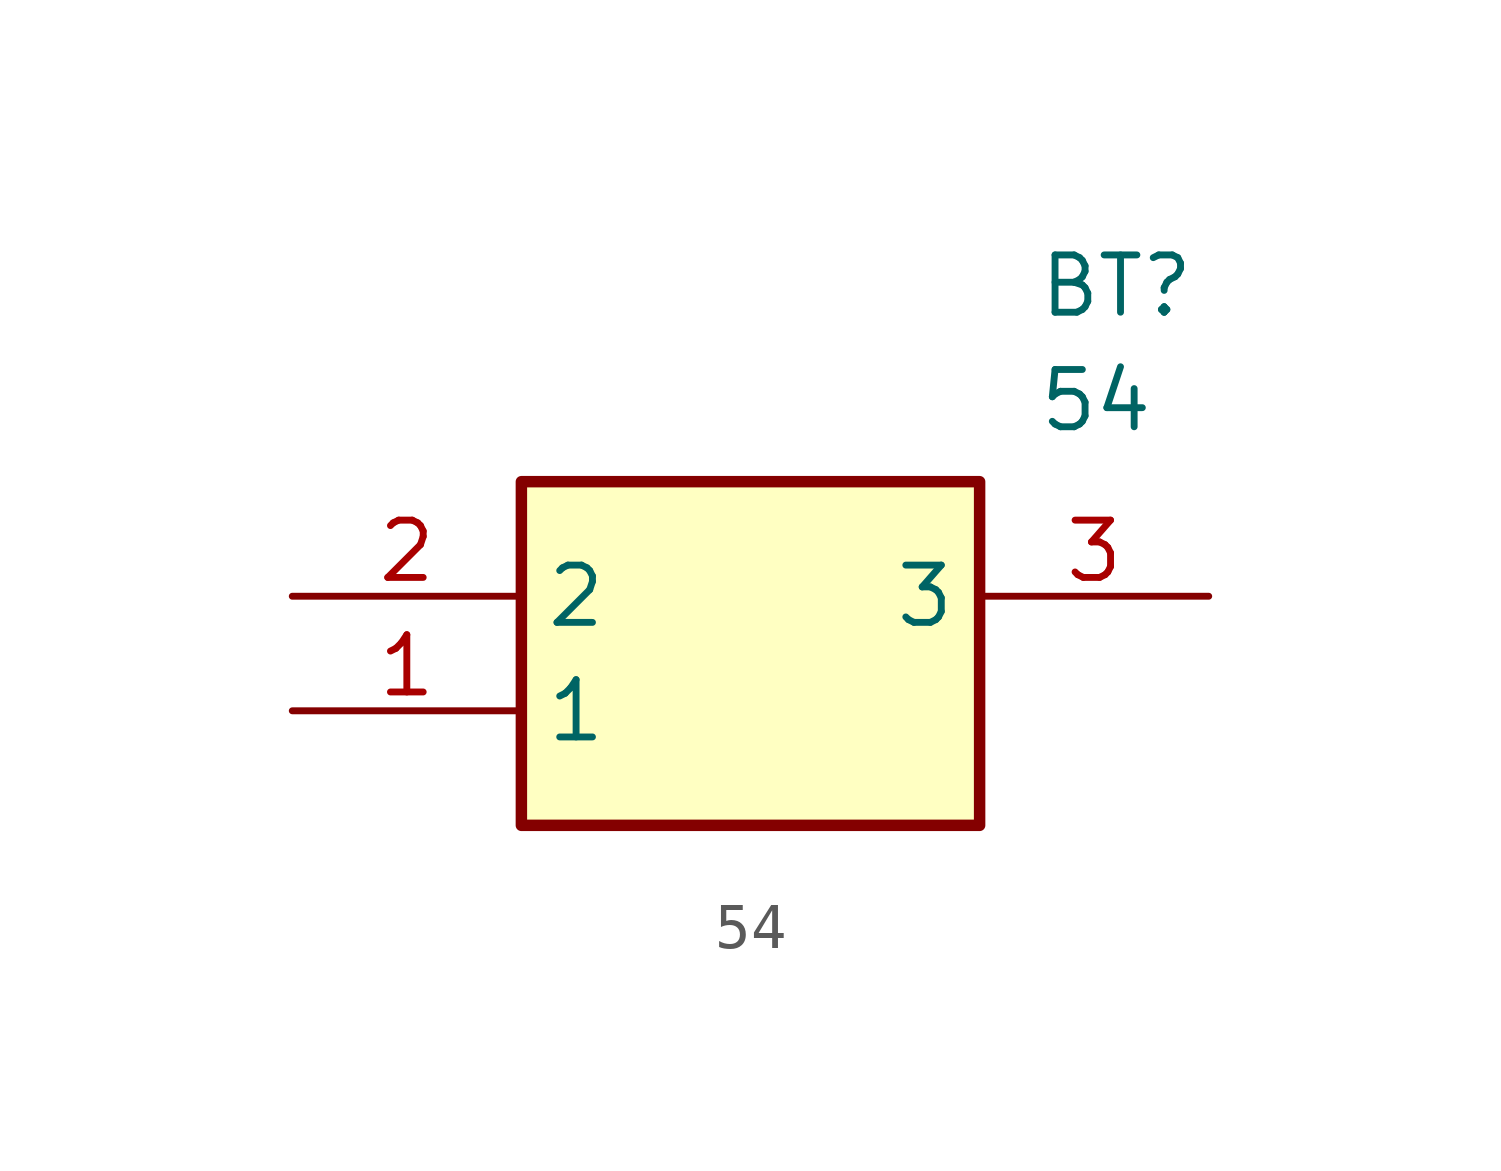
<source format=kicad_sym>
(kicad_symbol_lib
  (version 20211014)
  (generator SamacSys_ECAD_Model)
  (symbol "54"
    (property "Reference" "BT"
      (at 16.51 7.62 0)
      (effects (font (size 1.27 1.27)) (justify left top)))
    (property "Value" "54"
      (at 16.51 5.08 0)
      (effects (font (size 1.27 1.27)) (justify left top)))
    (rectangle
      (start 5.08 2.54)
      (end 15.24 -5.08)
      (stroke (width 0.254) (type default))
      (fill (type background)))
    (pin passive line
      (at 0 -2.54 0)
      (length 5.08)
      (name "1" (effects (font (size 1.27 1.27))))
      (number "1" (effects (font (size 1.27 1.27)))))
    (pin passive line
      (at 0 0 0)
      (length 5.08)
      (name "2" (effects (font (size 1.27 1.27))))
      (number "2" (effects (font (size 1.27 1.27)))))
    (pin passive line
      (at 20.32 0 180)
      (length 5.08)
      (name "3" (effects (font (size 1.27 1.27))))
      (number "3" (effects (font (size 1.27 1.27)))))))
</source>
